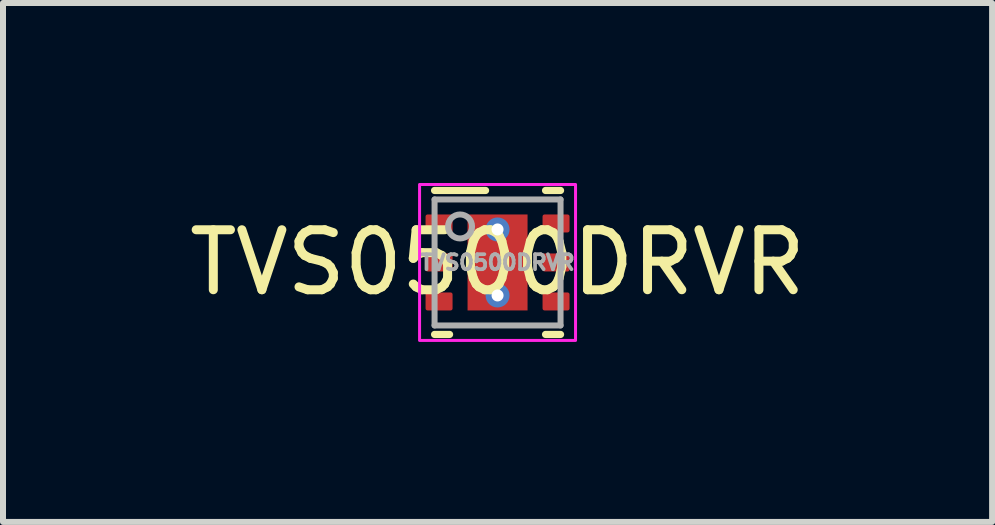
<source format=kicad_pcb>
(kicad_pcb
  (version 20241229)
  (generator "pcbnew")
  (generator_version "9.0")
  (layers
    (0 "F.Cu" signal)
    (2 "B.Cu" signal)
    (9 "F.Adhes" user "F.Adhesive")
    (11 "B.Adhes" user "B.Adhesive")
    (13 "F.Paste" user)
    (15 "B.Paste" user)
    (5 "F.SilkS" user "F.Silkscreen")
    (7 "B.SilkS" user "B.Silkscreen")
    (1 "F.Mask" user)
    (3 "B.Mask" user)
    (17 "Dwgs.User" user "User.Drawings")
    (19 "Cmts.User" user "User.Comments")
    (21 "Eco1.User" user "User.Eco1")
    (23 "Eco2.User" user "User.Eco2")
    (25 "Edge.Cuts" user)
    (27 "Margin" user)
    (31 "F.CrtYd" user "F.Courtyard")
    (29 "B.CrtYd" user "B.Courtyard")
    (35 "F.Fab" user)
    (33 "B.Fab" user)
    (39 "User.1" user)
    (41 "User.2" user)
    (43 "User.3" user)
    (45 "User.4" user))
  (footprint "TVS0500DRVR"
    (layer "F.Cu")
    (at 5.244 1.325)
    (property "Reference" "TVS0500DRVR" (at 0 0 0) (layer "F.SilkS") (effects (font (size 1 1) (thickness 0.15))))
    (attr smd)
    (fp_line (start -1.05 -1.2) (end -0.2 -1.2) (stroke (width 0.12) (type solid)) (layer "F.SilkS"))
    (fp_line (start -1.05 1.2) (end -0.8 1.2) (stroke (width 0.12) (type solid)) (layer "F.SilkS"))
    (fp_line (start 0.8 -1.2) (end 1.05 -1.2) (stroke (width 0.12) (type solid)) (layer "F.SilkS"))
    (fp_line (start 0.8 1.2) (end 1.05 1.2) (stroke (width 0.12) (type solid)) (layer "F.SilkS"))
    (fp_rect (start -0.5 -0.8) (end 0.5 -0.1) (stroke (width 0) (type solid)) (fill yes) (layer "F.Paste"))
    (fp_rect (start -0.5 0.1) (end 0.5 0.8) (stroke (width 0) (type solid)) (fill yes) (layer "F.Paste"))
    (fp_rect (start -1.3 -1.3) (end 1.3 1.3) (stroke (width 0.05) (type default)) (fill no) (layer "F.CrtYd"))
    (fp_line (start -1.05 -1.05) (end 1.05 -1.05) (stroke (width 0.1) (type solid)) (layer "F.Fab"))
    (fp_line (start -1.05 1.05) (end -1.05 -1.05) (stroke (width 0.1) (type solid)) (layer "F.Fab"))
    (fp_line (start -1.05 1.05) (end 1.05 1.05) (stroke (width 0.1) (type solid)) (layer "F.Fab"))
    (fp_line (start 1.05 1.05) (end 1.05 -1.05) (stroke (width 0.1) (type solid)) (layer "F.Fab"))
    (fp_circle (center -0.625 -0.6) (end -0.425 -0.6) (stroke (width 0.1) (type solid)) (fill no) (layer "F.Fab"))
    (fp_text user "${REFERENCE}" (at 0 0 0) (layer "F.Fab") (effects (font (size 0.25 0.25) (thickness 0.062))))
    (pad "1" smd roundrect (at -0.975 -0.65) (size 0.45 0.3) (layers "F.Cu" "F.Mask" "F.Paste") (roundrect_rratio 0.111))
    (pad "2" smd roundrect (at -0.975 0) (size 0.45 0.3) (layers "F.Cu" "F.Mask" "F.Paste") (roundrect_rratio 0.111))
    (pad "3" smd roundrect (at -0.975 0.65) (size 0.45 0.3) (layers "F.Cu" "F.Mask" "F.Paste") (roundrect_rratio 0.111))
    (pad "4" smd roundrect (at 0.975 0.65) (size 0.45 0.3) (layers "F.Cu" "F.Mask" "F.Paste") (roundrect_rratio 0.111))
    (pad "5" smd roundrect (at 0.975 0) (size 0.45 0.3) (layers "F.Cu" "F.Mask" "F.Paste") (roundrect_rratio 0.111))
    (pad "6" smd roundrect (at 0.975 -0.65) (size 0.45 0.3) (layers "F.Cu" "F.Mask" "F.Paste") (roundrect_rratio 0.111))
    (pad "7" thru_hole circle (at 0 -0.55) (size 0.4 0.4) (drill 0.2) (layers "*.Cu" "*.Mask"))
    (pad "7" thru_hole circle (at 0 0.55) (size 0.4 0.4) (drill 0.2) (layers "*.Cu" "*.Mask"))
    (pad "7" smd custom (at 0 0.55) (size 0.5 0.5) (layers "F.Cu" "F.Mask") (options (anchor circle)) (primitives (gr_rect (start -0.5 -1.35) (end 0.5 0.25) (width 0) (fill yes)))))
  (gr_rect
    (start -3 -3)
    (end 13.488 5.65)
    (stroke (width 0.1) (type default))
    (fill no)
    (layer "Edge.Cuts")))
</source>
